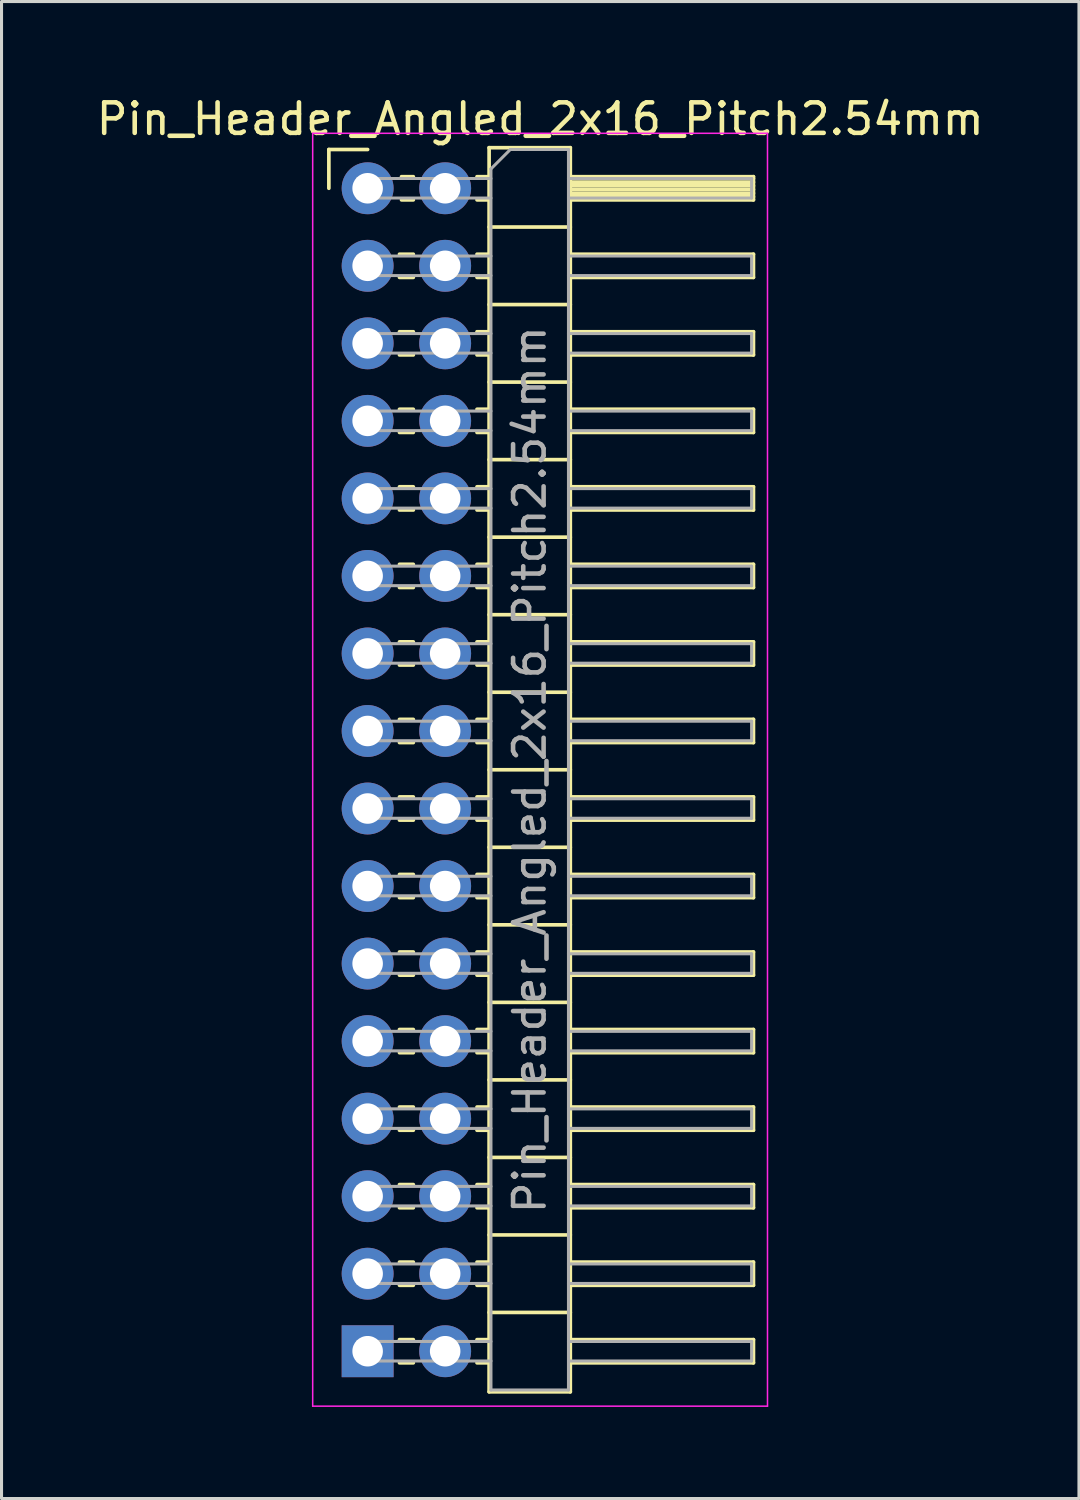
<source format=kicad_pcb>
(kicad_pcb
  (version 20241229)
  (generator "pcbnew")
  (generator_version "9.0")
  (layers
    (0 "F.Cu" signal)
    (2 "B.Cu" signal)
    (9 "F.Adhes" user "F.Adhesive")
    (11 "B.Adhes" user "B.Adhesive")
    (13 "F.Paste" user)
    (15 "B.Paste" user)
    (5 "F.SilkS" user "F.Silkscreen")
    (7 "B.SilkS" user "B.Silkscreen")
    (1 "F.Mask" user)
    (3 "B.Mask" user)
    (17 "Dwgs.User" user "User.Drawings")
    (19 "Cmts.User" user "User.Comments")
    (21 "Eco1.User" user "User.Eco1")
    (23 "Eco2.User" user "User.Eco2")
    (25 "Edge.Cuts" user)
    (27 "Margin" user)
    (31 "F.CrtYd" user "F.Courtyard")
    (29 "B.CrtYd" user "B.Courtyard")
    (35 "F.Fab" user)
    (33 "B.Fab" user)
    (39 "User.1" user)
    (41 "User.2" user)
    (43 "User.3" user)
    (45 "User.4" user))
  (footprint "Pin_Header_Angled_2x16_Pitch2.54mm"
    (layer "F.Cu")
    (at 8.994 3.118)
    (property "Reference" "Pin_Header_Angled_2x16_Pitch2.54mm" (at 5.655 -2.27 0) (layer "F.SilkS") (effects (font (size 1 1) (thickness 0.15))))
    (attr through_hole)
    (fp_line (start -1.27 -1.27) (end 0 -1.27) (stroke (width 0.12) (type solid)) (layer "F.SilkS"))
    (fp_line (start -1.27 0) (end -1.27 -1.27) (stroke (width 0.12) (type solid)) (layer "F.SilkS"))
    (fp_line (start 1.043 2.16) (end 1.497 2.16) (stroke (width 0.12) (type solid)) (layer "F.SilkS"))
    (fp_line (start 1.043 2.92) (end 1.497 2.92) (stroke (width 0.12) (type solid)) (layer "F.SilkS"))
    (fp_line (start 1.043 4.7) (end 1.497 4.7) (stroke (width 0.12) (type solid)) (layer "F.SilkS"))
    (fp_line (start 1.043 5.46) (end 1.497 5.46) (stroke (width 0.12) (type solid)) (layer "F.SilkS"))
    (fp_line (start 1.043 7.24) (end 1.497 7.24) (stroke (width 0.12) (type solid)) (layer "F.SilkS"))
    (fp_line (start 1.043 8) (end 1.497 8) (stroke (width 0.12) (type solid)) (layer "F.SilkS"))
    (fp_line (start 1.043 9.78) (end 1.497 9.78) (stroke (width 0.12) (type solid)) (layer "F.SilkS"))
    (fp_line (start 1.043 10.54) (end 1.497 10.54) (stroke (width 0.12) (type solid)) (layer "F.SilkS"))
    (fp_line (start 1.043 12.32) (end 1.497 12.32) (stroke (width 0.12) (type solid)) (layer "F.SilkS"))
    (fp_line (start 1.043 13.08) (end 1.497 13.08) (stroke (width 0.12) (type solid)) (layer "F.SilkS"))
    (fp_line (start 1.043 14.86) (end 1.497 14.86) (stroke (width 0.12) (type solid)) (layer "F.SilkS"))
    (fp_line (start 1.043 15.62) (end 1.497 15.62) (stroke (width 0.12) (type solid)) (layer "F.SilkS"))
    (fp_line (start 1.043 17.4) (end 1.497 17.4) (stroke (width 0.12) (type solid)) (layer "F.SilkS"))
    (fp_line (start 1.043 18.16) (end 1.497 18.16) (stroke (width 0.12) (type solid)) (layer "F.SilkS"))
    (fp_line (start 1.043 19.94) (end 1.497 19.94) (stroke (width 0.12) (type solid)) (layer "F.SilkS"))
    (fp_line (start 1.043 20.7) (end 1.497 20.7) (stroke (width 0.12) (type solid)) (layer "F.SilkS"))
    (fp_line (start 1.043 22.48) (end 1.497 22.48) (stroke (width 0.12) (type solid)) (layer "F.SilkS"))
    (fp_line (start 1.043 23.24) (end 1.497 23.24) (stroke (width 0.12) (type solid)) (layer "F.SilkS"))
    (fp_line (start 1.043 25.02) (end 1.497 25.02) (stroke (width 0.12) (type solid)) (layer "F.SilkS"))
    (fp_line (start 1.043 25.78) (end 1.497 25.78) (stroke (width 0.12) (type solid)) (layer "F.SilkS"))
    (fp_line (start 1.043 27.56) (end 1.497 27.56) (stroke (width 0.12) (type solid)) (layer "F.SilkS"))
    (fp_line (start 1.043 28.32) (end 1.497 28.32) (stroke (width 0.12) (type solid)) (layer "F.SilkS"))
    (fp_line (start 1.043 30.1) (end 1.497 30.1) (stroke (width 0.12) (type solid)) (layer "F.SilkS"))
    (fp_line (start 1.043 30.86) (end 1.497 30.86) (stroke (width 0.12) (type solid)) (layer "F.SilkS"))
    (fp_line (start 1.043 32.64) (end 1.497 32.64) (stroke (width 0.12) (type solid)) (layer "F.SilkS"))
    (fp_line (start 1.043 33.4) (end 1.497 33.4) (stroke (width 0.12) (type solid)) (layer "F.SilkS"))
    (fp_line (start 1.043 35.18) (end 1.497 35.18) (stroke (width 0.12) (type solid)) (layer "F.SilkS"))
    (fp_line (start 1.043 35.94) (end 1.497 35.94) (stroke (width 0.12) (type solid)) (layer "F.SilkS"))
    (fp_line (start 1.043 37.72) (end 1.497 37.72) (stroke (width 0.12) (type solid)) (layer "F.SilkS"))
    (fp_line (start 1.043 38.48) (end 1.497 38.48) (stroke (width 0.12) (type solid)) (layer "F.SilkS"))
    (fp_line (start 1.11 -0.38) (end 1.497 -0.38) (stroke (width 0.12) (type solid)) (layer "F.SilkS"))
    (fp_line (start 1.11 0.38) (end 1.497 0.38) (stroke (width 0.12) (type solid)) (layer "F.SilkS"))
    (fp_line (start 3.583 -0.38) (end 3.98 -0.38) (stroke (width 0.12) (type solid)) (layer "F.SilkS"))
    (fp_line (start 3.583 0.38) (end 3.98 0.38) (stroke (width 0.12) (type solid)) (layer "F.SilkS"))
    (fp_line (start 3.583 2.16) (end 3.98 2.16) (stroke (width 0.12) (type solid)) (layer "F.SilkS"))
    (fp_line (start 3.583 2.92) (end 3.98 2.92) (stroke (width 0.12) (type solid)) (layer "F.SilkS"))
    (fp_line (start 3.583 4.7) (end 3.98 4.7) (stroke (width 0.12) (type solid)) (layer "F.SilkS"))
    (fp_line (start 3.583 5.46) (end 3.98 5.46) (stroke (width 0.12) (type solid)) (layer "F.SilkS"))
    (fp_line (start 3.583 7.24) (end 3.98 7.24) (stroke (width 0.12) (type solid)) (layer "F.SilkS"))
    (fp_line (start 3.583 8) (end 3.98 8) (stroke (width 0.12) (type solid)) (layer "F.SilkS"))
    (fp_line (start 3.583 9.78) (end 3.98 9.78) (stroke (width 0.12) (type solid)) (layer "F.SilkS"))
    (fp_line (start 3.583 10.54) (end 3.98 10.54) (stroke (width 0.12) (type solid)) (layer "F.SilkS"))
    (fp_line (start 3.583 12.32) (end 3.98 12.32) (stroke (width 0.12) (type solid)) (layer "F.SilkS"))
    (fp_line (start 3.583 13.08) (end 3.98 13.08) (stroke (width 0.12) (type solid)) (layer "F.SilkS"))
    (fp_line (start 3.583 14.86) (end 3.98 14.86) (stroke (width 0.12) (type solid)) (layer "F.SilkS"))
    (fp_line (start 3.583 15.62) (end 3.98 15.62) (stroke (width 0.12) (type solid)) (layer "F.SilkS"))
    (fp_line (start 3.583 17.4) (end 3.98 17.4) (stroke (width 0.12) (type solid)) (layer "F.SilkS"))
    (fp_line (start 3.583 18.16) (end 3.98 18.16) (stroke (width 0.12) (type solid)) (layer "F.SilkS"))
    (fp_line (start 3.583 19.94) (end 3.98 19.94) (stroke (width 0.12) (type solid)) (layer "F.SilkS"))
    (fp_line (start 3.583 20.7) (end 3.98 20.7) (stroke (width 0.12) (type solid)) (layer "F.SilkS"))
    (fp_line (start 3.583 22.48) (end 3.98 22.48) (stroke (width 0.12) (type solid)) (layer "F.SilkS"))
    (fp_line (start 3.583 23.24) (end 3.98 23.24) (stroke (width 0.12) (type solid)) (layer "F.SilkS"))
    (fp_line (start 3.583 25.02) (end 3.98 25.02) (stroke (width 0.12) (type solid)) (layer "F.SilkS"))
    (fp_line (start 3.583 25.78) (end 3.98 25.78) (stroke (width 0.12) (type solid)) (layer "F.SilkS"))
    (fp_line (start 3.583 27.56) (end 3.98 27.56) (stroke (width 0.12) (type solid)) (layer "F.SilkS"))
    (fp_line (start 3.583 28.32) (end 3.98 28.32) (stroke (width 0.12) (type solid)) (layer "F.SilkS"))
    (fp_line (start 3.583 30.1) (end 3.98 30.1) (stroke (width 0.12) (type solid)) (layer "F.SilkS"))
    (fp_line (start 3.583 30.86) (end 3.98 30.86) (stroke (width 0.12) (type solid)) (layer "F.SilkS"))
    (fp_line (start 3.583 32.64) (end 3.98 32.64) (stroke (width 0.12) (type solid)) (layer "F.SilkS"))
    (fp_line (start 3.583 33.4) (end 3.98 33.4) (stroke (width 0.12) (type solid)) (layer "F.SilkS"))
    (fp_line (start 3.583 35.18) (end 3.98 35.18) (stroke (width 0.12) (type solid)) (layer "F.SilkS"))
    (fp_line (start 3.583 35.94) (end 3.98 35.94) (stroke (width 0.12) (type solid)) (layer "F.SilkS"))
    (fp_line (start 3.583 37.72) (end 3.98 37.72) (stroke (width 0.12) (type solid)) (layer "F.SilkS"))
    (fp_line (start 3.583 38.48) (end 3.98 38.48) (stroke (width 0.12) (type solid)) (layer "F.SilkS"))
    (fp_line (start 3.98 -1.33) (end 3.98 39.43) (stroke (width 0.12) (type solid)) (layer "F.SilkS"))
    (fp_line (start 3.98 1.27) (end 6.64 1.27) (stroke (width 0.12) (type solid)) (layer "F.SilkS"))
    (fp_line (start 3.98 3.81) (end 6.64 3.81) (stroke (width 0.12) (type solid)) (layer "F.SilkS"))
    (fp_line (start 3.98 6.35) (end 6.64 6.35) (stroke (width 0.12) (type solid)) (layer "F.SilkS"))
    (fp_line (start 3.98 8.89) (end 6.64 8.89) (stroke (width 0.12) (type solid)) (layer "F.SilkS"))
    (fp_line (start 3.98 11.43) (end 6.64 11.43) (stroke (width 0.12) (type solid)) (layer "F.SilkS"))
    (fp_line (start 3.98 13.97) (end 6.64 13.97) (stroke (width 0.12) (type solid)) (layer "F.SilkS"))
    (fp_line (start 3.98 16.51) (end 6.64 16.51) (stroke (width 0.12) (type solid)) (layer "F.SilkS"))
    (fp_line (start 3.98 19.05) (end 6.64 19.05) (stroke (width 0.12) (type solid)) (layer "F.SilkS"))
    (fp_line (start 3.98 21.59) (end 6.64 21.59) (stroke (width 0.12) (type solid)) (layer "F.SilkS"))
    (fp_line (start 3.98 24.13) (end 6.64 24.13) (stroke (width 0.12) (type solid)) (layer "F.SilkS"))
    (fp_line (start 3.98 26.67) (end 6.64 26.67) (stroke (width 0.12) (type solid)) (layer "F.SilkS"))
    (fp_line (start 3.98 29.21) (end 6.64 29.21) (stroke (width 0.12) (type solid)) (layer "F.SilkS"))
    (fp_line (start 3.98 31.75) (end 6.64 31.75) (stroke (width 0.12) (type solid)) (layer "F.SilkS"))
    (fp_line (start 3.98 34.29) (end 6.64 34.29) (stroke (width 0.12) (type solid)) (layer "F.SilkS"))
    (fp_line (start 3.98 36.83) (end 6.64 36.83) (stroke (width 0.12) (type solid)) (layer "F.SilkS"))
    (fp_line (start 3.98 39.43) (end 6.64 39.43) (stroke (width 0.12) (type solid)) (layer "F.SilkS"))
    (fp_line (start 6.64 -1.33) (end 3.98 -1.33) (stroke (width 0.12) (type solid)) (layer "F.SilkS"))
    (fp_line (start 6.64 -0.38) (end 12.64 -0.38) (stroke (width 0.12) (type solid)) (layer "F.SilkS"))
    (fp_line (start 6.64 -0.32) (end 12.64 -0.32) (stroke (width 0.12) (type solid)) (layer "F.SilkS"))
    (fp_line (start 6.64 -0.2) (end 12.64 -0.2) (stroke (width 0.12) (type solid)) (layer "F.SilkS"))
    (fp_line (start 6.64 -0.08) (end 12.64 -0.08) (stroke (width 0.12) (type solid)) (layer "F.SilkS"))
    (fp_line (start 6.64 0.04) (end 12.64 0.04) (stroke (width 0.12) (type solid)) (layer "F.SilkS"))
    (fp_line (start 6.64 0.16) (end 12.64 0.16) (stroke (width 0.12) (type solid)) (layer "F.SilkS"))
    (fp_line (start 6.64 0.28) (end 12.64 0.28) (stroke (width 0.12) (type solid)) (layer "F.SilkS"))
    (fp_line (start 6.64 2.16) (end 12.64 2.16) (stroke (width 0.12) (type solid)) (layer "F.SilkS"))
    (fp_line (start 6.64 4.7) (end 12.64 4.7) (stroke (width 0.12) (type solid)) (layer "F.SilkS"))
    (fp_line (start 6.64 7.24) (end 12.64 7.24) (stroke (width 0.12) (type solid)) (layer "F.SilkS"))
    (fp_line (start 6.64 9.78) (end 12.64 9.78) (stroke (width 0.12) (type solid)) (layer "F.SilkS"))
    (fp_line (start 6.64 12.32) (end 12.64 12.32) (stroke (width 0.12) (type solid)) (layer "F.SilkS"))
    (fp_line (start 6.64 14.86) (end 12.64 14.86) (stroke (width 0.12) (type solid)) (layer "F.SilkS"))
    (fp_line (start 6.64 17.4) (end 12.64 17.4) (stroke (width 0.12) (type solid)) (layer "F.SilkS"))
    (fp_line (start 6.64 19.94) (end 12.64 19.94) (stroke (width 0.12) (type solid)) (layer "F.SilkS"))
    (fp_line (start 6.64 22.48) (end 12.64 22.48) (stroke (width 0.12) (type solid)) (layer "F.SilkS"))
    (fp_line (start 6.64 25.02) (end 12.64 25.02) (stroke (width 0.12) (type solid)) (layer "F.SilkS"))
    (fp_line (start 6.64 27.56) (end 12.64 27.56) (stroke (width 0.12) (type solid)) (layer "F.SilkS"))
    (fp_line (start 6.64 30.1) (end 12.64 30.1) (stroke (width 0.12) (type solid)) (layer "F.SilkS"))
    (fp_line (start 6.64 32.64) (end 12.64 32.64) (stroke (width 0.12) (type solid)) (layer "F.SilkS"))
    (fp_line (start 6.64 35.18) (end 12.64 35.18) (stroke (width 0.12) (type solid)) (layer "F.SilkS"))
    (fp_line (start 6.64 37.72) (end 12.64 37.72) (stroke (width 0.12) (type solid)) (layer "F.SilkS"))
    (fp_line (start 6.64 39.43) (end 6.64 -1.33) (stroke (width 0.12) (type solid)) (layer "F.SilkS"))
    (fp_line (start 12.64 -0.38) (end 12.64 0.38) (stroke (width 0.12) (type solid)) (layer "F.SilkS"))
    (fp_line (start 12.64 0.38) (end 6.64 0.38) (stroke (width 0.12) (type solid)) (layer "F.SilkS"))
    (fp_line (start 12.64 2.16) (end 12.64 2.92) (stroke (width 0.12) (type solid)) (layer "F.SilkS"))
    (fp_line (start 12.64 2.92) (end 6.64 2.92) (stroke (width 0.12) (type solid)) (layer "F.SilkS"))
    (fp_line (start 12.64 4.7) (end 12.64 5.46) (stroke (width 0.12) (type solid)) (layer "F.SilkS"))
    (fp_line (start 12.64 5.46) (end 6.64 5.46) (stroke (width 0.12) (type solid)) (layer "F.SilkS"))
    (fp_line (start 12.64 7.24) (end 12.64 8) (stroke (width 0.12) (type solid)) (layer "F.SilkS"))
    (fp_line (start 12.64 8) (end 6.64 8) (stroke (width 0.12) (type solid)) (layer "F.SilkS"))
    (fp_line (start 12.64 9.78) (end 12.64 10.54) (stroke (width 0.12) (type solid)) (layer "F.SilkS"))
    (fp_line (start 12.64 10.54) (end 6.64 10.54) (stroke (width 0.12) (type solid)) (layer "F.SilkS"))
    (fp_line (start 12.64 12.32) (end 12.64 13.08) (stroke (width 0.12) (type solid)) (layer "F.SilkS"))
    (fp_line (start 12.64 13.08) (end 6.64 13.08) (stroke (width 0.12) (type solid)) (layer "F.SilkS"))
    (fp_line (start 12.64 14.86) (end 12.64 15.62) (stroke (width 0.12) (type solid)) (layer "F.SilkS"))
    (fp_line (start 12.64 15.62) (end 6.64 15.62) (stroke (width 0.12) (type solid)) (layer "F.SilkS"))
    (fp_line (start 12.64 17.4) (end 12.64 18.16) (stroke (width 0.12) (type solid)) (layer "F.SilkS"))
    (fp_line (start 12.64 18.16) (end 6.64 18.16) (stroke (width 0.12) (type solid)) (layer "F.SilkS"))
    (fp_line (start 12.64 19.94) (end 12.64 20.7) (stroke (width 0.12) (type solid)) (layer "F.SilkS"))
    (fp_line (start 12.64 20.7) (end 6.64 20.7) (stroke (width 0.12) (type solid)) (layer "F.SilkS"))
    (fp_line (start 12.64 22.48) (end 12.64 23.24) (stroke (width 0.12) (type solid)) (layer "F.SilkS"))
    (fp_line (start 12.64 23.24) (end 6.64 23.24) (stroke (width 0.12) (type solid)) (layer "F.SilkS"))
    (fp_line (start 12.64 25.02) (end 12.64 25.78) (stroke (width 0.12) (type solid)) (layer "F.SilkS"))
    (fp_line (start 12.64 25.78) (end 6.64 25.78) (stroke (width 0.12) (type solid)) (layer "F.SilkS"))
    (fp_line (start 12.64 27.56) (end 12.64 28.32) (stroke (width 0.12) (type solid)) (layer "F.SilkS"))
    (fp_line (start 12.64 28.32) (end 6.64 28.32) (stroke (width 0.12) (type solid)) (layer "F.SilkS"))
    (fp_line (start 12.64 30.1) (end 12.64 30.86) (stroke (width 0.12) (type solid)) (layer "F.SilkS"))
    (fp_line (start 12.64 30.86) (end 6.64 30.86) (stroke (width 0.12) (type solid)) (layer "F.SilkS"))
    (fp_line (start 12.64 32.64) (end 12.64 33.4) (stroke (width 0.12) (type solid)) (layer "F.SilkS"))
    (fp_line (start 12.64 33.4) (end 6.64 33.4) (stroke (width 0.12) (type solid)) (layer "F.SilkS"))
    (fp_line (start 12.64 35.18) (end 12.64 35.94) (stroke (width 0.12) (type solid)) (layer "F.SilkS"))
    (fp_line (start 12.64 35.94) (end 6.64 35.94) (stroke (width 0.12) (type solid)) (layer "F.SilkS"))
    (fp_line (start 12.64 37.72) (end 12.64 38.48) (stroke (width 0.12) (type solid)) (layer "F.SilkS"))
    (fp_line (start 12.64 38.48) (end 6.64 38.48) (stroke (width 0.12) (type solid)) (layer "F.SilkS"))
    (fp_line (start -1.8 -1.8) (end -1.8 39.9) (stroke (width 0.05) (type solid)) (layer "F.CrtYd"))
    (fp_line (start -1.8 39.9) (end 13.1 39.9) (stroke (width 0.05) (type solid)) (layer "F.CrtYd"))
    (fp_line (start 13.1 -1.8) (end -1.8 -1.8) (stroke (width 0.05) (type solid)) (layer "F.CrtYd"))
    (fp_line (start 13.1 39.9) (end 13.1 -1.8) (stroke (width 0.05) (type solid)) (layer "F.CrtYd"))
    (fp_line (start -0.32 -0.32) (end -0.32 0.32) (stroke (width 0.1) (type solid)) (layer "F.Fab"))
    (fp_line (start -0.32 -0.32) (end 4.04 -0.32) (stroke (width 0.1) (type solid)) (layer "F.Fab"))
    (fp_line (start -0.32 0.32) (end 4.04 0.32) (stroke (width 0.1) (type solid)) (layer "F.Fab"))
    (fp_line (start -0.32 2.22) (end -0.32 2.86) (stroke (width 0.1) (type solid)) (layer "F.Fab"))
    (fp_line (start -0.32 2.22) (end 4.04 2.22) (stroke (width 0.1) (type solid)) (layer "F.Fab"))
    (fp_line (start -0.32 2.86) (end 4.04 2.86) (stroke (width 0.1) (type solid)) (layer "F.Fab"))
    (fp_line (start -0.32 4.76) (end -0.32 5.4) (stroke (width 0.1) (type solid)) (layer "F.Fab"))
    (fp_line (start -0.32 4.76) (end 4.04 4.76) (stroke (width 0.1) (type solid)) (layer "F.Fab"))
    (fp_line (start -0.32 5.4) (end 4.04 5.4) (stroke (width 0.1) (type solid)) (layer "F.Fab"))
    (fp_line (start -0.32 7.3) (end -0.32 7.94) (stroke (width 0.1) (type solid)) (layer "F.Fab"))
    (fp_line (start -0.32 7.3) (end 4.04 7.3) (stroke (width 0.1) (type solid)) (layer "F.Fab"))
    (fp_line (start -0.32 7.94) (end 4.04 7.94) (stroke (width 0.1) (type solid)) (layer "F.Fab"))
    (fp_line (start -0.32 9.84) (end -0.32 10.48) (stroke (width 0.1) (type solid)) (layer "F.Fab"))
    (fp_line (start -0.32 9.84) (end 4.04 9.84) (stroke (width 0.1) (type solid)) (layer "F.Fab"))
    (fp_line (start -0.32 10.48) (end 4.04 10.48) (stroke (width 0.1) (type solid)) (layer "F.Fab"))
    (fp_line (start -0.32 12.38) (end -0.32 13.02) (stroke (width 0.1) (type solid)) (layer "F.Fab"))
    (fp_line (start -0.32 12.38) (end 4.04 12.38) (stroke (width 0.1) (type solid)) (layer "F.Fab"))
    (fp_line (start -0.32 13.02) (end 4.04 13.02) (stroke (width 0.1) (type solid)) (layer "F.Fab"))
    (fp_line (start -0.32 14.92) (end -0.32 15.56) (stroke (width 0.1) (type solid)) (layer "F.Fab"))
    (fp_line (start -0.32 14.92) (end 4.04 14.92) (stroke (width 0.1) (type solid)) (layer "F.Fab"))
    (fp_line (start -0.32 15.56) (end 4.04 15.56) (stroke (width 0.1) (type solid)) (layer "F.Fab"))
    (fp_line (start -0.32 17.46) (end -0.32 18.1) (stroke (width 0.1) (type solid)) (layer "F.Fab"))
    (fp_line (start -0.32 17.46) (end 4.04 17.46) (stroke (width 0.1) (type solid)) (layer "F.Fab"))
    (fp_line (start -0.32 18.1) (end 4.04 18.1) (stroke (width 0.1) (type solid)) (layer "F.Fab"))
    (fp_line (start -0.32 20) (end -0.32 20.64) (stroke (width 0.1) (type solid)) (layer "F.Fab"))
    (fp_line (start -0.32 20) (end 4.04 20) (stroke (width 0.1) (type solid)) (layer "F.Fab"))
    (fp_line (start -0.32 20.64) (end 4.04 20.64) (stroke (width 0.1) (type solid)) (layer "F.Fab"))
    (fp_line (start -0.32 22.54) (end -0.32 23.18) (stroke (width 0.1) (type solid)) (layer "F.Fab"))
    (fp_line (start -0.32 22.54) (end 4.04 22.54) (stroke (width 0.1) (type solid)) (layer "F.Fab"))
    (fp_line (start -0.32 23.18) (end 4.04 23.18) (stroke (width 0.1) (type solid)) (layer "F.Fab"))
    (fp_line (start -0.32 25.08) (end -0.32 25.72) (stroke (width 0.1) (type solid)) (layer "F.Fab"))
    (fp_line (start -0.32 25.08) (end 4.04 25.08) (stroke (width 0.1) (type solid)) (layer "F.Fab"))
    (fp_line (start -0.32 25.72) (end 4.04 25.72) (stroke (width 0.1) (type solid)) (layer "F.Fab"))
    (fp_line (start -0.32 27.62) (end -0.32 28.26) (stroke (width 0.1) (type solid)) (layer "F.Fab"))
    (fp_line (start -0.32 27.62) (end 4.04 27.62) (stroke (width 0.1) (type solid)) (layer "F.Fab"))
    (fp_line (start -0.32 28.26) (end 4.04 28.26) (stroke (width 0.1) (type solid)) (layer "F.Fab"))
    (fp_line (start -0.32 30.16) (end -0.32 30.8) (stroke (width 0.1) (type solid)) (layer "F.Fab"))
    (fp_line (start -0.32 30.16) (end 4.04 30.16) (stroke (width 0.1) (type solid)) (layer "F.Fab"))
    (fp_line (start -0.32 30.8) (end 4.04 30.8) (stroke (width 0.1) (type solid)) (layer "F.Fab"))
    (fp_line (start -0.32 32.7) (end -0.32 33.34) (stroke (width 0.1) (type solid)) (layer "F.Fab"))
    (fp_line (start -0.32 32.7) (end 4.04 32.7) (stroke (width 0.1) (type solid)) (layer "F.Fab"))
    (fp_line (start -0.32 33.34) (end 4.04 33.34) (stroke (width 0.1) (type solid)) (layer "F.Fab"))
    (fp_line (start -0.32 35.24) (end -0.32 35.88) (stroke (width 0.1) (type solid)) (layer "F.Fab"))
    (fp_line (start -0.32 35.24) (end 4.04 35.24) (stroke (width 0.1) (type solid)) (layer "F.Fab"))
    (fp_line (start -0.32 35.88) (end 4.04 35.88) (stroke (width 0.1) (type solid)) (layer "F.Fab"))
    (fp_line (start -0.32 37.78) (end -0.32 38.42) (stroke (width 0.1) (type solid)) (layer "F.Fab"))
    (fp_line (start -0.32 37.78) (end 4.04 37.78) (stroke (width 0.1) (type solid)) (layer "F.Fab"))
    (fp_line (start -0.32 38.42) (end 4.04 38.42) (stroke (width 0.1) (type solid)) (layer "F.Fab"))
    (fp_line (start 4.04 -0.635) (end 4.675 -1.27) (stroke (width 0.1) (type solid)) (layer "F.Fab"))
    (fp_line (start 4.04 39.37) (end 4.04 -0.635) (stroke (width 0.1) (type solid)) (layer "F.Fab"))
    (fp_line (start 4.675 -1.27) (end 6.58 -1.27) (stroke (width 0.1) (type solid)) (layer "F.Fab"))
    (fp_line (start 6.58 -1.27) (end 6.58 39.37) (stroke (width 0.1) (type solid)) (layer "F.Fab"))
    (fp_line (start 6.58 -0.32) (end 12.58 -0.32) (stroke (width 0.1) (type solid)) (layer "F.Fab"))
    (fp_line (start 6.58 0.32) (end 12.58 0.32) (stroke (width 0.1) (type solid)) (layer "F.Fab"))
    (fp_line (start 6.58 2.22) (end 12.58 2.22) (stroke (width 0.1) (type solid)) (layer "F.Fab"))
    (fp_line (start 6.58 2.86) (end 12.58 2.86) (stroke (width 0.1) (type solid)) (layer "F.Fab"))
    (fp_line (start 6.58 4.76) (end 12.58 4.76) (stroke (width 0.1) (type solid)) (layer "F.Fab"))
    (fp_line (start 6.58 5.4) (end 12.58 5.4) (stroke (width 0.1) (type solid)) (layer "F.Fab"))
    (fp_line (start 6.58 7.3) (end 12.58 7.3) (stroke (width 0.1) (type solid)) (layer "F.Fab"))
    (fp_line (start 6.58 7.94) (end 12.58 7.94) (stroke (width 0.1) (type solid)) (layer "F.Fab"))
    (fp_line (start 6.58 9.84) (end 12.58 9.84) (stroke (width 0.1) (type solid)) (layer "F.Fab"))
    (fp_line (start 6.58 10.48) (end 12.58 10.48) (stroke (width 0.1) (type solid)) (layer "F.Fab"))
    (fp_line (start 6.58 12.38) (end 12.58 12.38) (stroke (width 0.1) (type solid)) (layer "F.Fab"))
    (fp_line (start 6.58 13.02) (end 12.58 13.02) (stroke (width 0.1) (type solid)) (layer "F.Fab"))
    (fp_line (start 6.58 14.92) (end 12.58 14.92) (stroke (width 0.1) (type solid)) (layer "F.Fab"))
    (fp_line (start 6.58 15.56) (end 12.58 15.56) (stroke (width 0.1) (type solid)) (layer "F.Fab"))
    (fp_line (start 6.58 17.46) (end 12.58 17.46) (stroke (width 0.1) (type solid)) (layer "F.Fab"))
    (fp_line (start 6.58 18.1) (end 12.58 18.1) (stroke (width 0.1) (type solid)) (layer "F.Fab"))
    (fp_line (start 6.58 20) (end 12.58 20) (stroke (width 0.1) (type solid)) (layer "F.Fab"))
    (fp_line (start 6.58 20.64) (end 12.58 20.64) (stroke (width 0.1) (type solid)) (layer "F.Fab"))
    (fp_line (start 6.58 22.54) (end 12.58 22.54) (stroke (width 0.1) (type solid)) (layer "F.Fab"))
    (fp_line (start 6.58 23.18) (end 12.58 23.18) (stroke (width 0.1) (type solid)) (layer "F.Fab"))
    (fp_line (start 6.58 25.08) (end 12.58 25.08) (stroke (width 0.1) (type solid)) (layer "F.Fab"))
    (fp_line (start 6.58 25.72) (end 12.58 25.72) (stroke (width 0.1) (type solid)) (layer "F.Fab"))
    (fp_line (start 6.58 27.62) (end 12.58 27.62) (stroke (width 0.1) (type solid)) (layer "F.Fab"))
    (fp_line (start 6.58 28.26) (end 12.58 28.26) (stroke (width 0.1) (type solid)) (layer "F.Fab"))
    (fp_line (start 6.58 30.16) (end 12.58 30.16) (stroke (width 0.1) (type solid)) (layer "F.Fab"))
    (fp_line (start 6.58 30.8) (end 12.58 30.8) (stroke (width 0.1) (type solid)) (layer "F.Fab"))
    (fp_line (start 6.58 32.7) (end 12.58 32.7) (stroke (width 0.1) (type solid)) (layer "F.Fab"))
    (fp_line (start 6.58 33.34) (end 12.58 33.34) (stroke (width 0.1) (type solid)) (layer "F.Fab"))
    (fp_line (start 6.58 35.24) (end 12.58 35.24) (stroke (width 0.1) (type solid)) (layer "F.Fab"))
    (fp_line (start 6.58 35.88) (end 12.58 35.88) (stroke (width 0.1) (type solid)) (layer "F.Fab"))
    (fp_line (start 6.58 37.78) (end 12.58 37.78) (stroke (width 0.1) (type solid)) (layer "F.Fab"))
    (fp_line (start 6.58 38.42) (end 12.58 38.42) (stroke (width 0.1) (type solid)) (layer "F.Fab"))
    (fp_line (start 6.58 39.37) (end 4.04 39.37) (stroke (width 0.1) (type solid)) (layer "F.Fab"))
    (fp_line (start 12.58 -0.32) (end 12.58 0.32) (stroke (width 0.1) (type solid)) (layer "F.Fab"))
    (fp_line (start 12.58 2.22) (end 12.58 2.86) (stroke (width 0.1) (type solid)) (layer "F.Fab"))
    (fp_line (start 12.58 4.76) (end 12.58 5.4) (stroke (width 0.1) (type solid)) (layer "F.Fab"))
    (fp_line (start 12.58 7.3) (end 12.58 7.94) (stroke (width 0.1) (type solid)) (layer "F.Fab"))
    (fp_line (start 12.58 9.84) (end 12.58 10.48) (stroke (width 0.1) (type solid)) (layer "F.Fab"))
    (fp_line (start 12.58 12.38) (end 12.58 13.02) (stroke (width 0.1) (type solid)) (layer "F.Fab"))
    (fp_line (start 12.58 14.92) (end 12.58 15.56) (stroke (width 0.1) (type solid)) (layer "F.Fab"))
    (fp_line (start 12.58 17.46) (end 12.58 18.1) (stroke (width 0.1) (type solid)) (layer "F.Fab"))
    (fp_line (start 12.58 20) (end 12.58 20.64) (stroke (width 0.1) (type solid)) (layer "F.Fab"))
    (fp_line (start 12.58 22.54) (end 12.58 23.18) (stroke (width 0.1) (type solid)) (layer "F.Fab"))
    (fp_line (start 12.58 25.08) (end 12.58 25.72) (stroke (width 0.1) (type solid)) (layer "F.Fab"))
    (fp_line (start 12.58 27.62) (end 12.58 28.26) (stroke (width 0.1) (type solid)) (layer "F.Fab"))
    (fp_line (start 12.58 30.16) (end 12.58 30.8) (stroke (width 0.1) (type solid)) (layer "F.Fab"))
    (fp_line (start 12.58 32.7) (end 12.58 33.34) (stroke (width 0.1) (type solid)) (layer "F.Fab"))
    (fp_line (start 12.58 35.24) (end 12.58 35.88) (stroke (width 0.1) (type solid)) (layer "F.Fab"))
    (fp_line (start 12.58 37.78) (end 12.58 38.42) (stroke (width 0.1) (type solid)) (layer "F.Fab"))
    (fp_text user "${REFERENCE}" (at 5.31 19.05 90) (layer "F.Fab") (effects (font (size 1 1) (thickness 0.15))))
    (pad "1" thru_hole rect (at 0 38.1) (size 1.7 1.7) (drill 1) (layers "*.Cu" "*.Mask"))
    (pad "2" thru_hole oval (at 0 35.56) (size 1.7 1.7) (drill 1) (layers "*.Cu" "*.Mask"))
    (pad "3" thru_hole oval (at 0 33.02) (size 1.7 1.7) (drill 1) (layers "*.Cu" "*.Mask"))
    (pad "4" thru_hole oval (at 0 30.48) (size 1.7 1.7) (drill 1) (layers "*.Cu" "*.Mask"))
    (pad "5" thru_hole oval (at 0 27.94) (size 1.7 1.7) (drill 1) (layers "*.Cu" "*.Mask"))
    (pad "6" thru_hole oval (at 0 25.4) (size 1.7 1.7) (drill 1) (layers "*.Cu" "*.Mask"))
    (pad "7" thru_hole oval (at 0 22.86) (size 1.7 1.7) (drill 1) (layers "*.Cu" "*.Mask"))
    (pad "8" thru_hole oval (at 0 20.32) (size 1.7 1.7) (drill 1) (layers "*.Cu" "*.Mask"))
    (pad "9" thru_hole oval (at 0 17.78) (size 1.7 1.7) (drill 1) (layers "*.Cu" "*.Mask"))
    (pad "10" thru_hole oval (at 0 15.24) (size 1.7 1.7) (drill 1) (layers "*.Cu" "*.Mask"))
    (pad "11" thru_hole oval (at 0 12.7) (size 1.7 1.7) (drill 1) (layers "*.Cu" "*.Mask"))
    (pad "12" thru_hole oval (at 0 10.16) (size 1.7 1.7) (drill 1) (layers "*.Cu" "*.Mask"))
    (pad "13" thru_hole oval (at 0 7.62) (size 1.7 1.7) (drill 1) (layers "*.Cu" "*.Mask"))
    (pad "14" thru_hole oval (at 0 5.08) (size 1.7 1.7) (drill 1) (layers "*.Cu" "*.Mask"))
    (pad "15" thru_hole oval (at 0 2.54) (size 1.7 1.7) (drill 1) (layers "*.Cu" "*.Mask"))
    (pad "16" thru_hole oval (at 0 0) (size 1.7 1.7) (drill 1) (layers "*.Cu" "*.Mask"))
    (pad "17" thru_hole oval (at 2.54 38.1) (size 1.7 1.7) (drill 1) (layers "*.Cu" "*.Mask"))
    (pad "18" thru_hole oval (at 2.54 35.56) (size 1.7 1.7) (drill 1) (layers "*.Cu" "*.Mask"))
    (pad "19" thru_hole oval (at 2.54 33.02) (size 1.7 1.7) (drill 1) (layers "*.Cu" "*.Mask"))
    (pad "20" thru_hole oval (at 2.54 30.48) (size 1.7 1.7) (drill 1) (layers "*.Cu" "*.Mask"))
    (pad "21" thru_hole oval (at 2.54 27.94) (size 1.7 1.7) (drill 1) (layers "*.Cu" "*.Mask"))
    (pad "22" thru_hole oval (at 2.54 25.4) (size 1.7 1.7) (drill 1) (layers "*.Cu" "*.Mask"))
    (pad "23" thru_hole oval (at 2.54 22.86) (size 1.7 1.7) (drill 1) (layers "*.Cu" "*.Mask"))
    (pad "24" thru_hole oval (at 2.54 20.32) (size 1.7 1.7) (drill 1) (layers "*.Cu" "*.Mask"))
    (pad "25" thru_hole oval (at 2.54 17.78) (size 1.7 1.7) (drill 1) (layers "*.Cu" "*.Mask"))
    (pad "26" thru_hole oval (at 2.54 15.24) (size 1.7 1.7) (drill 1) (layers "*.Cu" "*.Mask"))
    (pad "27" thru_hole oval (at 2.54 12.7) (size 1.7 1.7) (drill 1) (layers "*.Cu" "*.Mask"))
    (pad "28" thru_hole oval (at 2.54 10.16) (size 1.7 1.7) (drill 1) (layers "*.Cu" "*.Mask"))
    (pad "29" thru_hole oval (at 2.54 7.62) (size 1.7 1.7) (drill 1) (layers "*.Cu" "*.Mask"))
    (pad "30" thru_hole oval (at 2.54 5.08) (size 1.7 1.7) (drill 1) (layers "*.Cu" "*.Mask"))
    (pad "31" thru_hole oval (at 2.54 2.54) (size 1.7 1.7) (drill 1) (layers "*.Cu" "*.Mask"))
    (pad "32" thru_hole oval (at 2.54 0) (size 1.7 1.7) (drill 1) (layers "*.Cu" "*.Mask")))
  (gr_rect
    (start -3 -3)
    (end 32.298 46.043)
    (stroke (width 0.1) (type default))
    (fill no)
    (layer "Edge.Cuts")))
</source>
